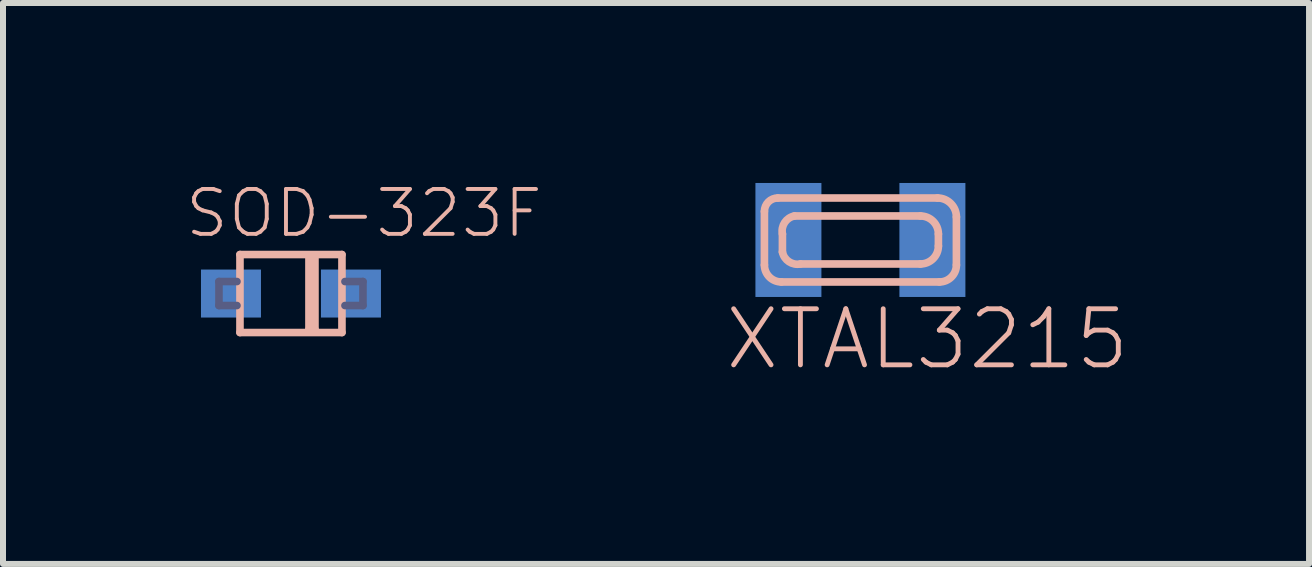
<source format=kicad_pcb>
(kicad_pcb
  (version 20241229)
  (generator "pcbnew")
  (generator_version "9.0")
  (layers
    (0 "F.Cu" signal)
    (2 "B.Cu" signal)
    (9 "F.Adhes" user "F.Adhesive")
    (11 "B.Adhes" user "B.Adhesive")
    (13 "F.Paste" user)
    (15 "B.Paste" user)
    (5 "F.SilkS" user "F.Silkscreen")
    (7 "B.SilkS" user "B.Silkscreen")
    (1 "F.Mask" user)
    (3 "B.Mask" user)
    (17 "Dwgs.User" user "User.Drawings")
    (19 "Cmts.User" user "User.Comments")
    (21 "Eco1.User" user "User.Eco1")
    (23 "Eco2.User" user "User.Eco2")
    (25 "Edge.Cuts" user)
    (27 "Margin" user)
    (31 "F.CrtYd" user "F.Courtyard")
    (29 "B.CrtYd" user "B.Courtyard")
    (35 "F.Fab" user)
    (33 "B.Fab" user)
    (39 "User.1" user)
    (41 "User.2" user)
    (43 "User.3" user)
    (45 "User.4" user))
  (footprint "SOD-323F"
    (layer "F.Cu")
    (at 1.8 1.843)
    (property "Reference" "SOD-323F" (at -1.8 -0.9 0) (layer "B.SilkS") (effects (font (size 0.748 0.748) (thickness 0.065)) (justify left bottom)))
    (fp_line (start -0.85 -0.65) (end 0.85 -0.65) (stroke (width 0.127) (type solid)) (layer "B.SilkS"))
    (fp_line (start -0.85 0.65) (end -0.85 -0.65) (stroke (width 0.127) (type solid)) (layer "B.SilkS"))
    (fp_line (start 0.3 0.6) (end 0.3 -0.6) (stroke (width 0.127) (type solid)) (layer "B.SilkS"))
    (fp_line (start 0.4 -0.6) (end 0.4 0.6) (stroke (width 0.127) (type solid)) (layer "B.SilkS"))
    (fp_line (start 0.4 0.6) (end 0.3 0.6) (stroke (width 0.127) (type solid)) (layer "B.SilkS"))
    (fp_line (start 0.85 -0.65) (end 0.85 0.65) (stroke (width 0.127) (type solid)) (layer "B.SilkS"))
    (fp_line (start 0.85 0.65) (end -0.85 0.65) (stroke (width 0.127) (type solid)) (layer "B.SilkS"))
    (fp_line (start -1.2 -0.2) (end -1.2 0.2) (stroke (width 0.127) (type solid)) (layer "B.Fab"))
    (fp_line (start -1.2 0.2) (end -0.9 0.2) (stroke (width 0.127) (type solid)) (layer "B.Fab"))
    (fp_line (start -0.9 -0.2) (end -1.2 -0.2) (stroke (width 0.127) (type solid)) (layer "B.Fab"))
    (fp_line (start 0.9 -0.2) (end 1.2 -0.2) (stroke (width 0.127) (type solid)) (layer "B.Fab"))
    (fp_line (start 1.2 -0.2) (end 1.2 0.2) (stroke (width 0.127) (type solid)) (layer "B.Fab"))
    (fp_line (start 1.2 0.2) (end 0.9 0.2) (stroke (width 0.127) (type solid)) (layer "B.Fab"))
    (pad "A" smd rect (at -1 0) (size 1 0.8) (layers "B.Cu" "B.Mask" "B.Paste"))
    (pad "C" smd rect (at 1 0) (size 1 0.8) (layers "B.Cu" "B.Mask" "B.Paste")))
  (footprint "XTAL3215"
    (layer "F.Cu")
    (at 11.292 0.95)
    (property "Reference" "XTAL3215" (at -2.3 2.2 0) (layer "B.SilkS") (effects (font (size 0.935 0.935) (thickness 0.081)) (justify left bottom)))
    (fp_line (start -1.6 0.417) (end -1.6 -0.476) (stroke (width 0.127) (type solid)) (layer "B.SilkS"))
    (fp_line (start -1.376 -0.7) (end 1.284 -0.7) (stroke (width 0.127) (type solid)) (layer "B.SilkS"))
    (fp_line (start -1.3 0.2) (end -1.3 -0.1) (stroke (width 0.127) (type solid)) (layer "B.SilkS"))
    (fp_line (start -1.1 -0.4) (end 1 -0.4) (stroke (width 0.127) (type solid)) (layer "B.SilkS"))
    (fp_line (start 1 0.4) (end -1 0.4) (stroke (width 0.127) (type solid)) (layer "B.SilkS"))
    (fp_line (start 1.3 -0.1) (end 1.3 0.1) (stroke (width 0.127) (type solid)) (layer "B.SilkS"))
    (fp_line (start 1.317 0.7) (end -1.317 0.7) (stroke (width 0.127) (type solid)) (layer "B.SilkS"))
    (fp_line (start 1.6 -0.384) (end 1.6 0.417) (stroke (width 0.127) (type solid)) (layer "B.SilkS"))
    (fp_arc (start -1.6 -0.4764) (mid -1.534509 -0.634509) (end -1.3764 -0.7) (stroke (width 0.127) (type solid)) (layer "B.SilkS"))
    (fp_arc (start -1.3172 0.7) (mid -1.51717 0.61717) (end -1.6 0.4172) (stroke (width 0.127) (type solid)) (layer "B.SilkS"))
    (fp_arc (start -1.3 -0.1) (mid -1.262161 -0.291441) (end -1.099999 -0.399999) (stroke (width 0.127) (type solid)) (layer "B.SilkS"))
    (fp_arc (start -1 0.4) (mid -1.191422 0.362132) (end -1.300001 0.199999) (stroke (width 0.127) (type solid)) (layer "B.SilkS"))
    (fp_arc (start 1 -0.4) (mid 1.212103 -0.312103) (end 1.3 -0.1) (stroke (width 0.127) (type solid)) (layer "B.SilkS"))
    (fp_arc (start 1.2838 -0.7) (mid 1.507387 -0.607387) (end 1.6 -0.3838) (stroke (width 0.127) (type solid)) (layer "B.SilkS"))
    (fp_arc (start 1.3 0.1) (mid 1.212131 0.312132) (end 0.999999 0.399999) (stroke (width 0.127) (type solid)) (layer "B.SilkS"))
    (fp_arc (start 1.6 0.4172) (mid 1.51717 0.61717) (end 1.3172 0.7) (stroke (width 0.127) (type solid)) (layer "B.SilkS"))
    (pad "P$1" smd rect (at 1.2 0) (size 1.1 1.9) (layers "B.Cu" "B.Mask" "B.Paste"))
    (pad "P$2" smd rect (at -1.2 0 180) (size 1.1 1.9) (layers "B.Cu" "B.Mask" "B.Paste")))
  (gr_rect
    (start -3 -3)
    (end 18.77 6.35)
    (stroke (width 0.1) (type default))
    (fill no)
    (layer "Edge.Cuts")))
</source>
